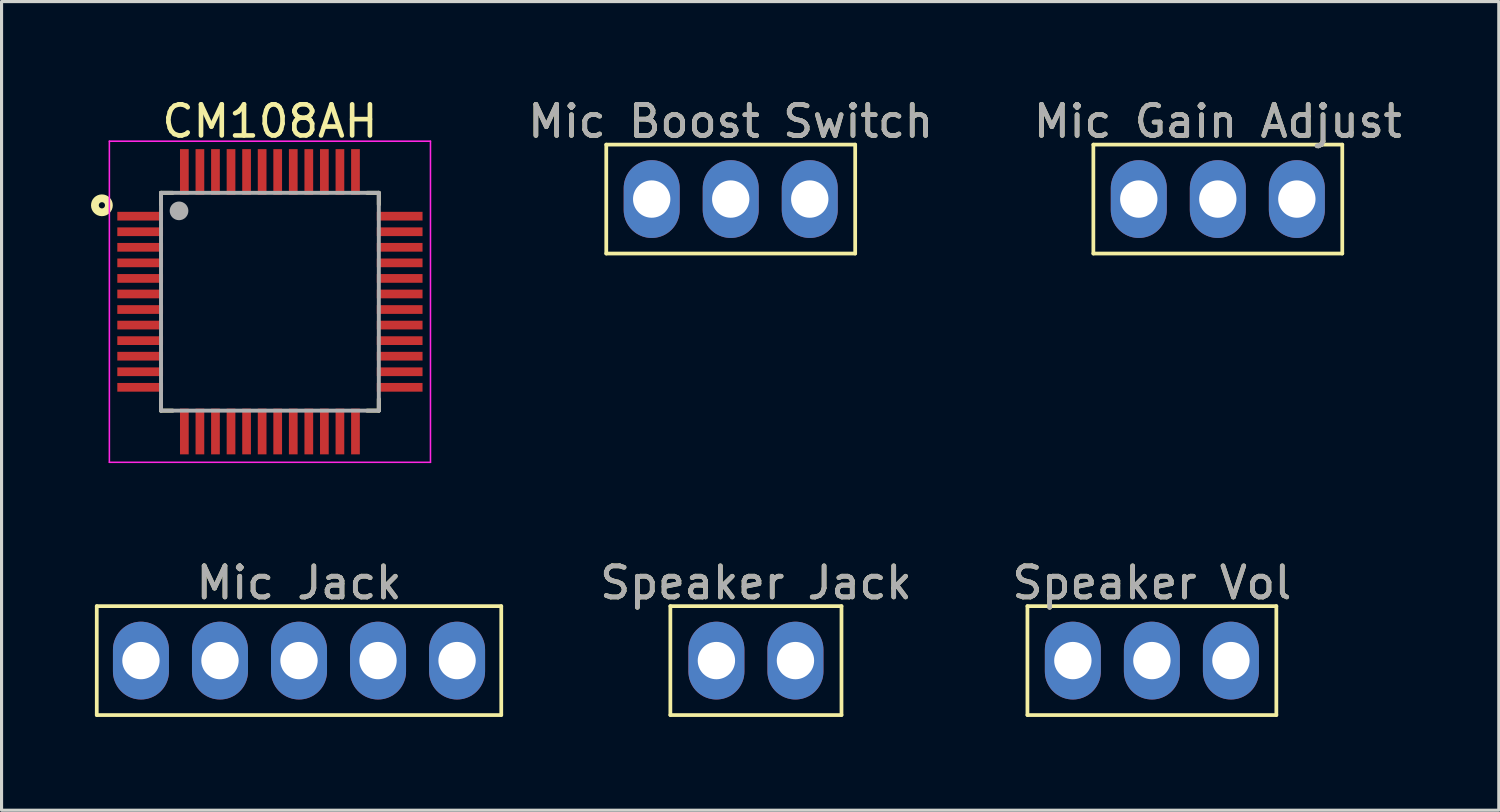
<source format=kicad_pcb>
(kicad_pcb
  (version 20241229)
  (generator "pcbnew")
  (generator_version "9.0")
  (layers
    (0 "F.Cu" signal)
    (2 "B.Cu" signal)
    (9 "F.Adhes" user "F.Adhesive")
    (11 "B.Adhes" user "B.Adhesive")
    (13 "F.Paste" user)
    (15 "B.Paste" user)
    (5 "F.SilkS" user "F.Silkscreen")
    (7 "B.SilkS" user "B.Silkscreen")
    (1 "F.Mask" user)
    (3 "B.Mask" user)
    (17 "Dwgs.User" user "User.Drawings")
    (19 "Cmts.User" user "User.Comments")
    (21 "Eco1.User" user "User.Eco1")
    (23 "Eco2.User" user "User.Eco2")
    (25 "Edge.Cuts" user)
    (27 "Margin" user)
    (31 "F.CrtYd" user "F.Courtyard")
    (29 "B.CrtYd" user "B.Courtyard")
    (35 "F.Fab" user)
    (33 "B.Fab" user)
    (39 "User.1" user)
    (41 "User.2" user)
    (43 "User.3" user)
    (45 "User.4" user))
  (footprint "Mic Boost Switch"
    (layer "F.Cu")
    (at 20.435 3.348)
    (property "Reference" "Mic Boost Switch" (at 0 -2.5 0) (unlocked yes) (layer "F.SilkS") (effects (font (size 1 1) (thickness 0.15))))
    (attr through_hole)
    (fp_line (start -4 -1.75) (end -4 1.75) (stroke (width 0.12) (type solid)) (layer "F.SilkS"))
    (fp_line (start -4 1.75) (end 4 1.75) (stroke (width 0.12) (type solid)) (layer "F.SilkS"))
    (fp_line (start 4 -1.75) (end -4 -1.75) (stroke (width 0.12) (type solid)) (layer "F.SilkS"))
    (fp_line (start 4 1.75) (end 4 -1.75) (stroke (width 0.12) (type solid)) (layer "F.SilkS"))
    (fp_text user "${REFERENCE}" (at 0 -2.5 0) (unlocked yes) (layer "F.Fab") (effects (font (size 1 1) (thickness 0.15))))
    (pad "1" thru_hole oval (at -2.54 0) (size 1.8 2.5) (drill 1.2) (layers "*.Cu" "*.Mask"))
    (pad "2" thru_hole oval (at 0 0) (size 1.8 2.5) (drill 1.2) (layers "*.Cu" "*.Mask"))
    (pad "3" thru_hole oval (at 2.54 0) (size 1.8 2.5) (drill 1.2) (layers "*.Cu" "*.Mask")))
  (footprint "Mic Jack"
    (layer "F.Cu")
    (at 6.56 18.181)
    (property "Reference" "Mic Jack" (at 0 -2.5 0) (unlocked yes) (layer "F.SilkS") (effects (font (size 1 1) (thickness 0.15))))
    (attr through_hole)
    (fp_line (start -6.5 -1.75) (end -6.5 1.75) (stroke (width 0.12) (type solid)) (layer "F.SilkS"))
    (fp_line (start -6.5 1.75) (end 6.5 1.75) (stroke (width 0.12) (type solid)) (layer "F.SilkS"))
    (fp_line (start 6.5 -1.75) (end -6.5 -1.75) (stroke (width 0.12) (type solid)) (layer "F.SilkS"))
    (fp_line (start 6.5 1.75) (end 6.5 -1.75) (stroke (width 0.12) (type solid)) (layer "F.SilkS"))
    (fp_text user "${REFERENCE}" (at 0 -2.5 0) (unlocked yes) (layer "F.Fab") (effects (font (size 1 1) (thickness 0.15))))
    (pad "1" thru_hole oval (at -5.08 0) (size 1.8 2.5) (drill 1.2) (layers "*.Cu" "*.Mask"))
    (pad "2" thru_hole oval (at -2.54 0) (size 1.8 2.5) (drill 1.2) (layers "*.Cu" "*.Mask"))
    (pad "3" thru_hole oval (at 0 0) (size 1.8 2.5) (drill 1.2) (layers "*.Cu" "*.Mask"))
    (pad "4" thru_hole oval (at 2.54 0) (size 1.8 2.5) (drill 1.2) (layers "*.Cu" "*.Mask"))
    (pad "5" thru_hole oval (at 5.08 0) (size 1.8 2.5) (drill 1.2) (layers "*.Cu" "*.Mask")))
  (footprint "Speaker Vol"
    (layer "F.Cu")
    (at 33.971 18.181)
    (property "Reference" "Speaker Vol" (at 0 -2.5 0) (unlocked yes) (layer "F.SilkS") (effects (font (size 1 1) (thickness 0.15))))
    (attr through_hole)
    (fp_line (start -4 -1.75) (end -4 1.75) (stroke (width 0.12) (type solid)) (layer "F.SilkS"))
    (fp_line (start -4 1.75) (end 4 1.75) (stroke (width 0.12) (type solid)) (layer "F.SilkS"))
    (fp_line (start 4 -1.75) (end -4 -1.75) (stroke (width 0.12) (type solid)) (layer "F.SilkS"))
    (fp_line (start 4 1.75) (end 4 -1.75) (stroke (width 0.12) (type solid)) (layer "F.SilkS"))
    (fp_text user "${REFERENCE}" (at 0 -2.5 0) (unlocked yes) (layer "F.Fab") (effects (font (size 1 1) (thickness 0.15))))
    (pad "1" thru_hole oval (at -2.54 0) (size 1.8 2.5) (drill 1.2) (layers "*.Cu" "*.Mask"))
    (pad "2" thru_hole oval (at 0 0) (size 1.8 2.5) (drill 1.2) (layers "*.Cu" "*.Mask"))
    (pad "3" thru_hole oval (at 2.54 0) (size 1.8 2.5) (drill 1.2) (layers "*.Cu" "*.Mask")))
  (footprint "Speaker Jack"
    (layer "F.Cu")
    (at 21.245 18.181)
    (property "Reference" "Speaker Jack" (at 0 -2.5 0) (unlocked yes) (layer "F.SilkS") (effects (font (size 1 1) (thickness 0.15))))
    (attr through_hole)
    (fp_line (start -2.75 -1.75) (end -2.75 1.75) (stroke (width 0.12) (type solid)) (layer "F.SilkS"))
    (fp_line (start -2.75 1.75) (end 2.75 1.75) (stroke (width 0.12) (type solid)) (layer "F.SilkS"))
    (fp_line (start 2.75 -1.75) (end -2.75 -1.75) (stroke (width 0.12) (type solid)) (layer "F.SilkS"))
    (fp_line (start 2.75 1.75) (end 2.75 -1.75) (stroke (width 0.12) (type solid)) (layer "F.SilkS"))
    (fp_text user "${REFERENCE}" (at 0 -2.5 0) (unlocked yes) (layer "F.Fab") (effects (font (size 1 1) (thickness 0.15))))
    (pad "1" thru_hole oval (at -1.27 0) (size 1.8 2.5) (drill 1.2) (layers "*.Cu" "*.Mask"))
    (pad "2" thru_hole oval (at 1.27 0) (size 1.8 2.5) (drill 1.2) (layers "*.Cu" "*.Mask")))
  (footprint "CM108AH"
    (layer "F.Cu")
    (at 5.625 6.648)
    (property "Reference" "CM108AH" (at 0 -5.8 0) (layer "F.SilkS") (effects (font (size 1 1) (thickness 0.15))))
    (attr smd)
    (fp_line (start -3.5 -3.5) (end -3.5 -3.125) (stroke (width 0.127) (type solid)) (layer "F.SilkS"))
    (fp_line (start -3.5 3.5) (end -3.5 3.125) (stroke (width 0.127) (type solid)) (layer "F.SilkS"))
    (fp_line (start -3.125 -3.5) (end -3.5 -3.5) (stroke (width 0.127) (type solid)) (layer "F.SilkS"))
    (fp_line (start -3.125 3.5) (end -3.5 3.5) (stroke (width 0.127) (type solid)) (layer "F.SilkS"))
    (fp_line (start 3.125 -3.5) (end 3.5 -3.5) (stroke (width 0.127) (type solid)) (layer "F.SilkS"))
    (fp_line (start 3.125 3.5) (end 3.5 3.5) (stroke (width 0.127) (type solid)) (layer "F.SilkS"))
    (fp_line (start 3.5 -3.5) (end 3.5 -3.125) (stroke (width 0.127) (type solid)) (layer "F.SilkS"))
    (fp_line (start 3.5 3.5) (end 3.5 3.125) (stroke (width 0.127) (type solid)) (layer "F.SilkS"))
    (fp_circle (center -5.4 -3.1) (end -5.3 -3.1) (stroke (width 0.25) (type solid)) (fill no) (layer "F.SilkS"))
    (fp_line (start -5.16 -5.16) (end 5.16 -5.16) (stroke (width 0.05) (type solid)) (layer "F.CrtYd"))
    (fp_line (start -5.16 5.16) (end -5.16 -5.16) (stroke (width 0.05) (type solid)) (layer "F.CrtYd"))
    (fp_line (start 5.16 -5.16) (end 5.16 5.16) (stroke (width 0.05) (type solid)) (layer "F.CrtYd"))
    (fp_line (start 5.16 5.16) (end -5.16 5.16) (stroke (width 0.05) (type solid)) (layer "F.CrtYd"))
    (fp_line (start -3.5 -3.5) (end 3.5 -3.5) (stroke (width 0.127) (type solid)) (layer "F.Fab"))
    (fp_line (start -3.5 3.5) (end -3.5 -3.5) (stroke (width 0.127) (type solid)) (layer "F.Fab"))
    (fp_line (start 3.5 -3.5) (end 3.5 3.5) (stroke (width 0.127) (type solid)) (layer "F.Fab"))
    (fp_line (start 3.5 3.5) (end -3.5 3.5) (stroke (width 0.127) (type solid)) (layer "F.Fab"))
    (fp_circle (center -2.921 -2.921) (end -2.771 -2.921) (stroke (width 0.3) (type solid)) (fill no) (layer "F.Fab"))
    (pad "1" smd rect (at -4.17 -2.75) (size 1.47 0.28) (layers "F.Cu" "F.Mask" "F.Paste"))
    (pad "2" smd rect (at -4.17 -2.25) (size 1.47 0.28) (layers "F.Cu" "F.Mask" "F.Paste"))
    (pad "3" smd rect (at -4.17 -1.75) (size 1.47 0.28) (layers "F.Cu" "F.Mask" "F.Paste"))
    (pad "4" smd rect (at -4.17 -1.25) (size 1.47 0.28) (layers "F.Cu" "F.Mask" "F.Paste"))
    (pad "5" smd rect (at -4.17 -0.75) (size 1.47 0.28) (layers "F.Cu" "F.Mask" "F.Paste"))
    (pad "6" smd rect (at -4.17 -0.25) (size 1.47 0.28) (layers "F.Cu" "F.Mask" "F.Paste"))
    (pad "7" smd rect (at -4.17 0.25) (size 1.47 0.28) (layers "F.Cu" "F.Mask" "F.Paste"))
    (pad "8" smd rect (at -4.17 0.75) (size 1.47 0.28) (layers "F.Cu" "F.Mask" "F.Paste"))
    (pad "9" smd rect (at -4.17 1.25) (size 1.47 0.28) (layers "F.Cu" "F.Mask" "F.Paste"))
    (pad "10" smd rect (at -4.17 1.75) (size 1.47 0.28) (layers "F.Cu" "F.Mask" "F.Paste"))
    (pad "11" smd rect (at -4.17 2.25) (size 1.47 0.28) (layers "F.Cu" "F.Mask" "F.Paste"))
    (pad "12" smd rect (at -4.17 2.75) (size 1.47 0.28) (layers "F.Cu" "F.Mask" "F.Paste"))
    (pad "13" smd rect (at -2.75 4.17 90) (size 1.47 0.28) (layers "F.Cu" "F.Mask" "F.Paste"))
    (pad "14" smd rect (at -2.25 4.17 90) (size 1.47 0.28) (layers "F.Cu" "F.Mask" "F.Paste"))
    (pad "15" smd rect (at -1.75 4.17 90) (size 1.47 0.28) (layers "F.Cu" "F.Mask" "F.Paste"))
    (pad "16" smd rect (at -1.25 4.17 90) (size 1.47 0.28) (layers "F.Cu" "F.Mask" "F.Paste"))
    (pad "17" smd rect (at -0.75 4.17 90) (size 1.47 0.28) (layers "F.Cu" "F.Mask" "F.Paste"))
    (pad "18" smd rect (at -0.25 4.17 90) (size 1.47 0.28) (layers "F.Cu" "F.Mask" "F.Paste"))
    (pad "19" smd rect (at 0.25 4.17 90) (size 1.47 0.28) (layers "F.Cu" "F.Mask" "F.Paste"))
    (pad "20" smd rect (at 0.75 4.17 90) (size 1.47 0.28) (layers "F.Cu" "F.Mask" "F.Paste"))
    (pad "21" smd rect (at 1.25 4.17 90) (size 1.47 0.28) (layers "F.Cu" "F.Mask" "F.Paste"))
    (pad "22" smd rect (at 1.75 4.17 90) (size 1.47 0.28) (layers "F.Cu" "F.Mask" "F.Paste"))
    (pad "23" smd rect (at 2.25 4.17 90) (size 1.47 0.28) (layers "F.Cu" "F.Mask" "F.Paste"))
    (pad "24" smd rect (at 2.75 4.17 90) (size 1.47 0.28) (layers "F.Cu" "F.Mask" "F.Paste"))
    (pad "25" smd rect (at 4.17 2.75 180) (size 1.47 0.28) (layers "F.Cu" "F.Mask" "F.Paste"))
    (pad "26" smd rect (at 4.17 2.25 180) (size 1.47 0.28) (layers "F.Cu" "F.Mask" "F.Paste"))
    (pad "27" smd rect (at 4.17 1.75 180) (size 1.47 0.28) (layers "F.Cu" "F.Mask" "F.Paste"))
    (pad "28" smd rect (at 4.17 1.25 180) (size 1.47 0.28) (layers "F.Cu" "F.Mask" "F.Paste"))
    (pad "29" smd rect (at 4.17 0.75 180) (size 1.47 0.28) (layers "F.Cu" "F.Mask" "F.Paste"))
    (pad "30" smd rect (at 4.17 0.25 180) (size 1.47 0.28) (layers "F.Cu" "F.Mask" "F.Paste"))
    (pad "31" smd rect (at 4.17 -0.25 180) (size 1.47 0.28) (layers "F.Cu" "F.Mask" "F.Paste"))
    (pad "32" smd rect (at 4.17 -0.75 180) (size 1.47 0.28) (layers "F.Cu" "F.Mask" "F.Paste"))
    (pad "33" smd rect (at 4.17 -1.25 180) (size 1.47 0.28) (layers "F.Cu" "F.Mask" "F.Paste"))
    (pad "34" smd rect (at 4.17 -1.75 180) (size 1.47 0.28) (layers "F.Cu" "F.Mask" "F.Paste"))
    (pad "35" smd rect (at 4.17 -2.25 180) (size 1.47 0.28) (layers "F.Cu" "F.Mask" "F.Paste"))
    (pad "36" smd rect (at 4.17 -2.75 180) (size 1.47 0.28) (layers "F.Cu" "F.Mask" "F.Paste"))
    (pad "37" smd rect (at 2.75 -4.17 270) (size 1.47 0.28) (layers "F.Cu" "F.Mask" "F.Paste"))
    (pad "38" smd rect (at 2.25 -4.17 270) (size 1.47 0.28) (layers "F.Cu" "F.Mask" "F.Paste"))
    (pad "39" smd rect (at 1.75 -4.17 270) (size 1.47 0.28) (layers "F.Cu" "F.Mask" "F.Paste"))
    (pad "40" smd rect (at 1.25 -4.17 270) (size 1.47 0.28) (layers "F.Cu" "F.Mask" "F.Paste"))
    (pad "41" smd rect (at 0.75 -4.17 270) (size 1.47 0.28) (layers "F.Cu" "F.Mask" "F.Paste"))
    (pad "42" smd rect (at 0.25 -4.17 270) (size 1.47 0.28) (layers "F.Cu" "F.Mask" "F.Paste"))
    (pad "43" smd rect (at -0.25 -4.17 270) (size 1.47 0.28) (layers "F.Cu" "F.Mask" "F.Paste"))
    (pad "44" smd rect (at -0.75 -4.17 270) (size 1.47 0.28) (layers "F.Cu" "F.Mask" "F.Paste"))
    (pad "45" smd rect (at -1.25 -4.17 270) (size 1.47 0.28) (layers "F.Cu" "F.Mask" "F.Paste"))
    (pad "46" smd rect (at -1.75 -4.17 270) (size 1.47 0.28) (layers "F.Cu" "F.Mask" "F.Paste"))
    (pad "47" smd rect (at -2.25 -4.17 270) (size 1.47 0.28) (layers "F.Cu" "F.Mask" "F.Paste"))
    (pad "48" smd rect (at -2.75 -4.17 270) (size 1.47 0.28) (layers "F.Cu" "F.Mask" "F.Paste")))
  (footprint "Mic Gain Adjust"
    (layer "F.Cu")
    (at 36.09 3.348)
    (property "Reference" "Mic Gain Adjust" (at 0 -2.5 0) (unlocked yes) (layer "F.SilkS") (effects (font (size 1 1) (thickness 0.15))))
    (attr through_hole)
    (fp_line (start -4 -1.75) (end -4 1.75) (stroke (width 0.12) (type solid)) (layer "F.SilkS"))
    (fp_line (start -4 1.75) (end 4 1.75) (stroke (width 0.12) (type solid)) (layer "F.SilkS"))
    (fp_line (start 4 -1.75) (end -4 -1.75) (stroke (width 0.12) (type solid)) (layer "F.SilkS"))
    (fp_line (start 4 1.75) (end 4 -1.75) (stroke (width 0.12) (type solid)) (layer "F.SilkS"))
    (fp_text user "${REFERENCE}" (at 0 -2.5 0) (unlocked yes) (layer "F.Fab") (effects (font (size 1 1) (thickness 0.15))))
    (pad "1" thru_hole oval (at -2.54 0) (size 1.8 2.5) (drill 1.2) (layers "*.Cu" "*.Mask"))
    (pad "2" thru_hole oval (at 0 0) (size 1.8 2.5) (drill 1.2) (layers "*.Cu" "*.Mask"))
    (pad "3" thru_hole oval (at 2.54 0) (size 1.8 2.5) (drill 1.2) (layers "*.Cu" "*.Mask")))
  (gr_rect
    (start -3 -3)
    (end 45.12 22.991)
    (stroke (width 0.1) (type default))
    (fill no)
    (layer "Edge.Cuts")))
</source>
